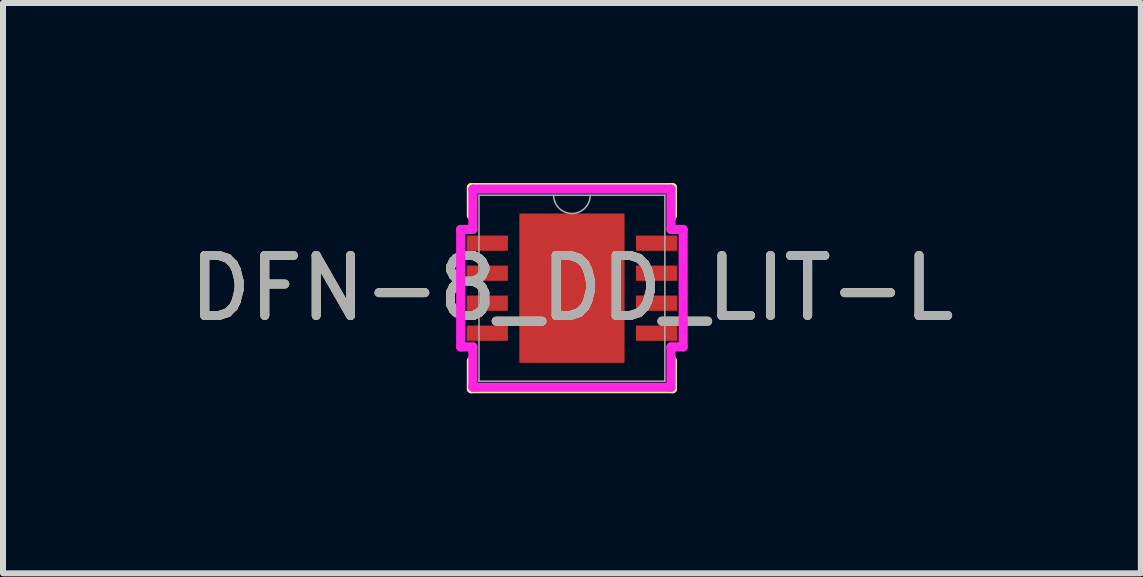
<source format=kicad_pcb>
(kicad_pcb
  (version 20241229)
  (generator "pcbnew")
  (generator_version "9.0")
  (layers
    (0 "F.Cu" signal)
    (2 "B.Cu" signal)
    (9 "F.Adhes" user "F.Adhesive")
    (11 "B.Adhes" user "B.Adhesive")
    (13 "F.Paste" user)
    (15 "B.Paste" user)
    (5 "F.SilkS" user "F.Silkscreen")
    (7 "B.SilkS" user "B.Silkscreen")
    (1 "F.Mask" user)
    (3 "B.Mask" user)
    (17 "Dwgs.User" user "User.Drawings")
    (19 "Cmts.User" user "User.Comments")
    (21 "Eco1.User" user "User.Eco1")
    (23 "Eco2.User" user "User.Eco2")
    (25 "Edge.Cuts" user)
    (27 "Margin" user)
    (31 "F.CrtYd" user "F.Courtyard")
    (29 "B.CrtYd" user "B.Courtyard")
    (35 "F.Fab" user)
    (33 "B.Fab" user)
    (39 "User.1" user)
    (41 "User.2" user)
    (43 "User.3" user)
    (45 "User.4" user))
  (footprint "DFN-8_DD_LIT-L"
    (layer "F.Cu")
    (at 6.482 1.753)
    (property "Reference" "DFN-8_DD_LIT-L" (at 0 0 0) (unlocked yes) (layer "F.SilkS") (effects (font (size 1 1) (thickness 0.15))))
    (attr smd)
    (fp_line (start -1.676 -1.676) (end -1.676 -1.21) (stroke (width 0.152) (type solid)) (layer "F.SilkS"))
    (fp_line (start -1.676 1.21) (end -1.676 1.676) (stroke (width 0.152) (type solid)) (layer "F.SilkS"))
    (fp_line (start -1.676 1.676) (end 1.676 1.676) (stroke (width 0.152) (type solid)) (layer "F.SilkS"))
    (fp_line (start 1.676 -1.676) (end -1.676 -1.676) (stroke (width 0.152) (type solid)) (layer "F.SilkS"))
    (fp_line (start 1.676 -1.21) (end 1.676 -1.676) (stroke (width 0.152) (type solid)) (layer "F.SilkS"))
    (fp_line (start 1.676 1.676) (end 1.676 1.21) (stroke (width 0.152) (type solid)) (layer "F.SilkS"))
    (fp_line (start -1.854 -0.979) (end -1.651 -0.979) (stroke (width 0.152) (type solid)) (layer "F.CrtYd"))
    (fp_line (start -1.854 0.979) (end -1.854 -0.979) (stroke (width 0.152) (type solid)) (layer "F.CrtYd"))
    (fp_line (start -1.854 0.979) (end -1.651 0.979) (stroke (width 0.152) (type solid)) (layer "F.CrtYd"))
    (fp_line (start -1.651 -1.651) (end 1.651 -1.651) (stroke (width 0.152) (type solid)) (layer "F.CrtYd"))
    (fp_line (start -1.651 -0.979) (end -1.651 -1.651) (stroke (width 0.152) (type solid)) (layer "F.CrtYd"))
    (fp_line (start -1.651 1.651) (end -1.651 0.979) (stroke (width 0.152) (type solid)) (layer "F.CrtYd"))
    (fp_line (start 1.651 -1.651) (end 1.651 -0.979) (stroke (width 0.152) (type solid)) (layer "F.CrtYd"))
    (fp_line (start 1.651 0.979) (end 1.651 1.651) (stroke (width 0.152) (type solid)) (layer "F.CrtYd"))
    (fp_line (start 1.651 1.651) (end -1.651 1.651) (stroke (width 0.152) (type solid)) (layer "F.CrtYd"))
    (fp_line (start 1.854 -0.979) (end 1.651 -0.979) (stroke (width 0.152) (type solid)) (layer "F.CrtYd"))
    (fp_line (start 1.854 -0.979) (end 1.854 0.979) (stroke (width 0.152) (type solid)) (layer "F.CrtYd"))
    (fp_line (start 1.854 0.979) (end 1.651 0.979) (stroke (width 0.152) (type solid)) (layer "F.CrtYd"))
    (fp_line (start -1.549 -1.549) (end -1.549 1.549) (stroke (width 0.025) (type solid)) (layer "F.Fab"))
    (fp_line (start -1.549 1.549) (end 1.549 1.549) (stroke (width 0.025) (type solid)) (layer "F.Fab"))
    (fp_line (start 1.549 -1.549) (end -1.549 -1.549) (stroke (width 0.025) (type solid)) (layer "F.Fab"))
    (fp_line (start 1.549 1.549) (end 1.549 -1.549) (stroke (width 0.025) (type solid)) (layer "F.Fab"))
    (fp_arc (start 0.3048 -1.5494) (mid 0 -1.2446) (end -0.3048 -1.5494) (stroke (width 0.0254) (type solid)) (layer "F.Fab"))
    (fp_text user "${REFERENCE}" (at 0 0 0) (unlocked yes) (layer "F.Fab") (effects (font (size 1 1) (thickness 0.15))))
    (pad "1" smd rect (at -1.41 -0.75) (size 0.686 0.254) (layers "F.Cu" "F.Mask" "F.Paste"))
    (pad "2" smd rect (at -1.41 -0.25) (size 0.686 0.254) (layers "F.Cu" "F.Mask" "F.Paste"))
    (pad "3" smd rect (at -1.41 0.25) (size 0.686 0.254) (layers "F.Cu" "F.Mask" "F.Paste"))
    (pad "4" smd rect (at -1.41 0.75) (size 0.686 0.254) (layers "F.Cu" "F.Mask" "F.Paste"))
    (pad "5" smd rect (at 1.41 0.75) (size 0.686 0.254) (layers "F.Cu" "F.Mask" "F.Paste"))
    (pad "6" smd rect (at 1.41 0.25) (size 0.686 0.254) (layers "F.Cu" "F.Mask" "F.Paste"))
    (pad "7" smd rect (at 1.41 -0.25) (size 0.686 0.254) (layers "F.Cu" "F.Mask" "F.Paste"))
    (pad "8" smd rect (at 1.41 -0.75) (size 0.686 0.254) (layers "F.Cu" "F.Mask" "F.Paste"))
    (pad "9" smd rect (at 0 0) (size 1.753 2.489) (layers "F.Cu" "F.Mask" "F.Paste")))
  (gr_rect
    (start -3 -3)
    (end 15.964 6.505)
    (stroke (width 0.1) (type default))
    (fill no)
    (layer "Edge.Cuts")))
</source>
